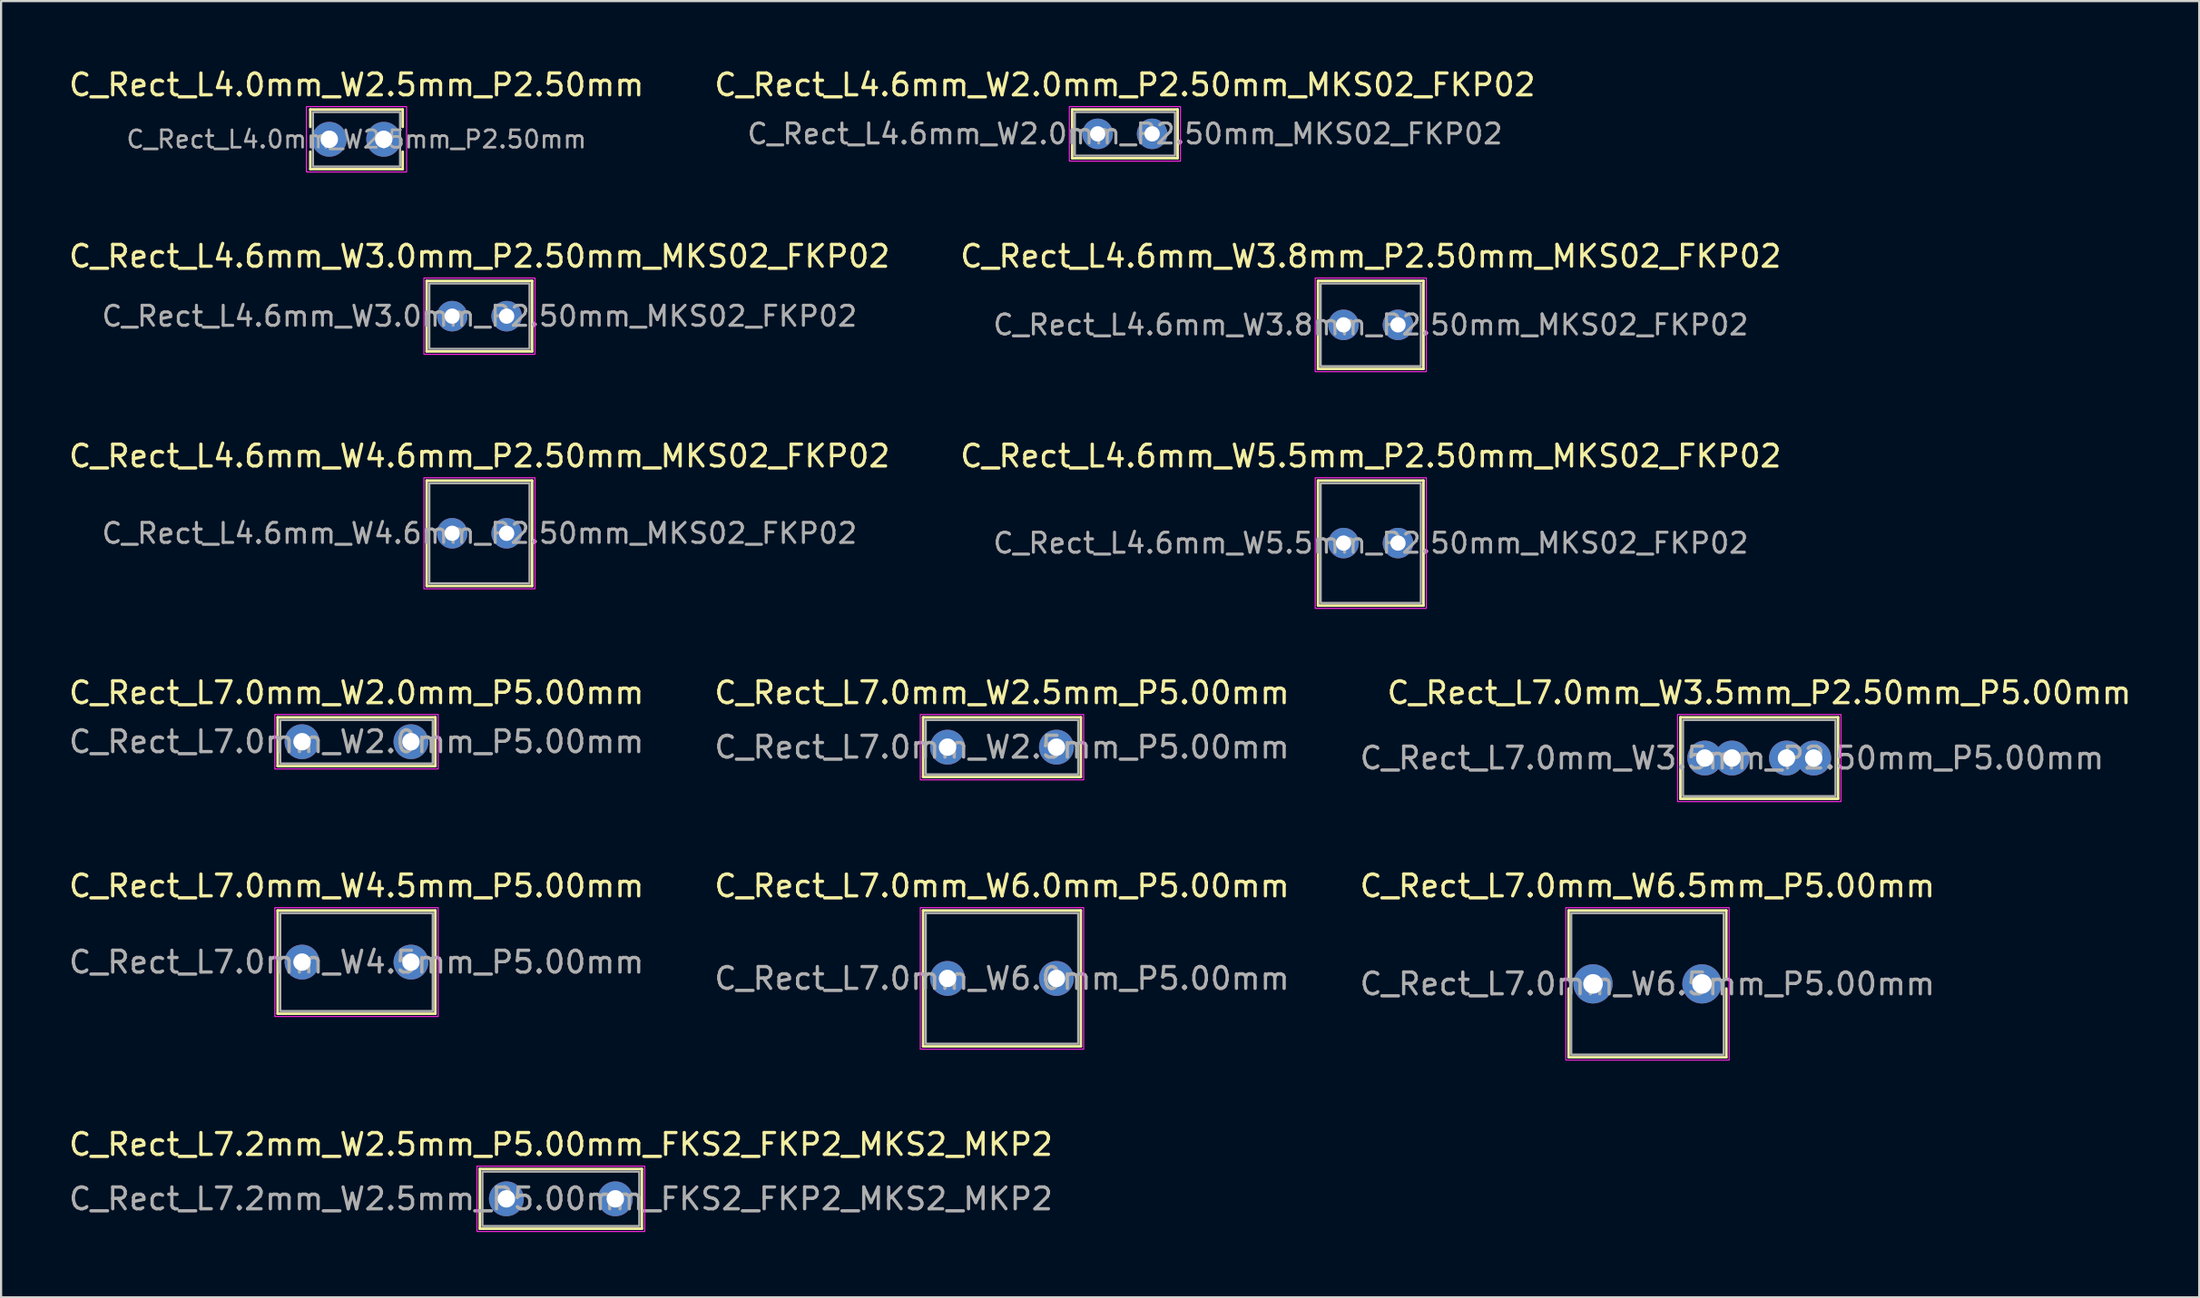
<source format=kicad_pcb>
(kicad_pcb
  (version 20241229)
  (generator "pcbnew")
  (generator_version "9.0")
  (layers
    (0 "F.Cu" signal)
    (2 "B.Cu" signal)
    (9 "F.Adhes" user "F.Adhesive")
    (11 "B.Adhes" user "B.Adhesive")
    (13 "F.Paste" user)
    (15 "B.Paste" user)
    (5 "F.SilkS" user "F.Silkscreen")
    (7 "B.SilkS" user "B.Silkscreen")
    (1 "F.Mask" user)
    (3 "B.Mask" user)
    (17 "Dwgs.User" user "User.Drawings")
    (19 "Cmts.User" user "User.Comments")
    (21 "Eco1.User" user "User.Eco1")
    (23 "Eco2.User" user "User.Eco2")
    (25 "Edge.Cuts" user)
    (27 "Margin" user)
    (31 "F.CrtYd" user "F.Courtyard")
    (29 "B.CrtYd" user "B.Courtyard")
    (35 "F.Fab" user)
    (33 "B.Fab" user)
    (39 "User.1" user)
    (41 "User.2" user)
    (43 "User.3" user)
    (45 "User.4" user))
  (footprint "C_Rect_L4.6mm_W3.8mm_P2.50mm_MKS02_FKP02"
    (layer "F.Cu")
    (at 58.625 11.871)
    (property "Reference" "C_Rect_L4.6mm_W3.8mm_P2.50mm_MKS02_FKP02" (at 1.25 -3.15 0) (layer "F.SilkS") (effects (font (size 1 1) (thickness 0.15))))
    (attr through_hole)
    (fp_line (start -1.17 -2.02) (end -1.17 2.02) (stroke (width 0.12) (type solid)) (layer "F.SilkS"))
    (fp_line (start -1.17 -2.02) (end 3.67 -2.02) (stroke (width 0.12) (type solid)) (layer "F.SilkS"))
    (fp_line (start -1.17 2.02) (end 3.67 2.02) (stroke (width 0.12) (type solid)) (layer "F.SilkS"))
    (fp_line (start 3.67 -2.02) (end 3.67 2.02) (stroke (width 0.12) (type solid)) (layer "F.SilkS"))
    (fp_rect (start -1.3 -2.15) (end 3.8 2.15) (stroke (width 0.05) (type solid)) (fill no) (layer "F.CrtYd"))
    (fp_rect (start -1.05 -1.9) (end 3.55 1.9) (stroke (width 0.1) (type solid)) (fill no) (layer "F.Fab"))
    (fp_text user "${REFERENCE}" (at 1.25 0 0) (layer "F.Fab") (effects (font (size 0.92 0.92) (thickness 0.138))))
    (pad "1" thru_hole circle (at 0 0) (size 1.4 1.4) (drill 0.7) (layers "*.Cu" "*.Mask"))
    (pad "2" thru_hole circle (at 2.5 0) (size 1.4 1.4) (drill 0.7) (layers "*.Cu" "*.Mask")))
  (footprint "C_Rect_L7.2mm_W2.5mm_P5.00mm_FKS2_FKP2_MKS2_MKP2"
    (layer "F.Cu")
    (at 20.196 52.014)
    (property "Reference" "C_Rect_L7.2mm_W2.5mm_P5.00mm_FKS2_FKP2_MKS2_MKP2" (at 2.5 -2.5 0) (layer "F.SilkS") (effects (font (size 1 1) (thickness 0.15))))
    (attr through_hole)
    (fp_line (start -1.22 -1.37) (end -1.22 1.37) (stroke (width 0.12) (type solid)) (layer "F.SilkS"))
    (fp_line (start -1.22 -1.37) (end 6.22 -1.37) (stroke (width 0.12) (type solid)) (layer "F.SilkS"))
    (fp_line (start -1.22 1.37) (end 6.22 1.37) (stroke (width 0.12) (type solid)) (layer "F.SilkS"))
    (fp_line (start 6.22 -1.37) (end 6.22 1.37) (stroke (width 0.12) (type solid)) (layer "F.SilkS"))
    (fp_rect (start -1.35 -1.5) (end 6.35 1.5) (stroke (width 0.05) (type solid)) (fill no) (layer "F.CrtYd"))
    (fp_rect (start -1.1 -1.25) (end 6.1 1.25) (stroke (width 0.1) (type solid)) (fill no) (layer "F.Fab"))
    (fp_text user "${REFERENCE}" (at 2.5 0 0) (layer "F.Fab") (effects (font (size 1 1) (thickness 0.15))))
    (pad "1" thru_hole circle (at 0 0) (size 1.6 1.6) (drill 0.8) (layers "*.Cu" "*.Mask"))
    (pad "2" thru_hole circle (at 5 0) (size 1.6 1.6) (drill 0.8) (layers "*.Cu" "*.Mask")))
  (footprint "C_Rect_L4.6mm_W2.0mm_P2.50mm_MKS02_FKP02"
    (layer "F.Cu")
    (at 47.339 3.098)
    (property "Reference" "C_Rect_L4.6mm_W2.0mm_P2.50mm_MKS02_FKP02" (at 1.25 -2.25 0) (layer "F.SilkS") (effects (font (size 1 1) (thickness 0.15))))
    (attr through_hole)
    (fp_line (start -1.17 -1.12) (end -1.17 1.12) (stroke (width 0.12) (type solid)) (layer "F.SilkS"))
    (fp_line (start -1.17 -1.12) (end 3.67 -1.12) (stroke (width 0.12) (type solid)) (layer "F.SilkS"))
    (fp_line (start -1.17 1.12) (end 3.67 1.12) (stroke (width 0.12) (type solid)) (layer "F.SilkS"))
    (fp_line (start 3.67 -1.12) (end 3.67 1.12) (stroke (width 0.12) (type solid)) (layer "F.SilkS"))
    (fp_rect (start -1.3 -1.25) (end 3.8 1.25) (stroke (width 0.05) (type solid)) (fill no) (layer "F.CrtYd"))
    (fp_rect (start -1.05 -1) (end 3.55 1) (stroke (width 0.1) (type solid)) (fill no) (layer "F.Fab"))
    (fp_text user "${REFERENCE}" (at 1.25 0 0) (layer "F.Fab") (effects (font (size 0.92 0.92) (thickness 0.138))))
    (pad "1" thru_hole circle (at 0 0) (size 1.4 1.4) (drill 0.7) (layers "*.Cu" "*.Mask"))
    (pad "2" thru_hole circle (at 2.5 0) (size 1.4 1.4) (drill 0.7) (layers "*.Cu" "*.Mask")))
  (footprint "C_Rect_L7.0mm_W2.0mm_P5.00mm"
    (layer "F.Cu")
    (at 10.815 31.018)
    (property "Reference" "C_Rect_L7.0mm_W2.0mm_P5.00mm" (at 2.5 -2.25 0) (layer "F.SilkS") (effects (font (size 1 1) (thickness 0.15))))
    (attr through_hole)
    (fp_line (start -1.12 -1.12) (end -1.12 1.12) (stroke (width 0.12) (type solid)) (layer "F.SilkS"))
    (fp_line (start -1.12 -1.12) (end 6.12 -1.12) (stroke (width 0.12) (type solid)) (layer "F.SilkS"))
    (fp_line (start -1.12 1.12) (end 6.12 1.12) (stroke (width 0.12) (type solid)) (layer "F.SilkS"))
    (fp_line (start 6.12 -1.12) (end 6.12 1.12) (stroke (width 0.12) (type solid)) (layer "F.SilkS"))
    (fp_rect (start -1.25 -1.25) (end 6.25 1.25) (stroke (width 0.05) (type solid)) (fill no) (layer "F.CrtYd"))
    (fp_rect (start -1 -1) (end 6 1) (stroke (width 0.1) (type solid)) (fill no) (layer "F.Fab"))
    (fp_text user "${REFERENCE}" (at 2.5 0 0) (layer "F.Fab") (effects (font (size 1 1) (thickness 0.15))))
    (pad "1" thru_hole circle (at 0 0) (size 1.6 1.6) (drill 0.8) (layers "*.Cu" "*.Mask"))
    (pad "2" thru_hole circle (at 5 0) (size 1.6 1.6) (drill 0.8) (layers "*.Cu" "*.Mask")))
  (footprint "C_Rect_L4.0mm_W2.5mm_P2.50mm"
    (layer "F.Cu")
    (at 12.065 3.348)
    (property "Reference" "C_Rect_L4.0mm_W2.5mm_P2.50mm" (at 1.25 -2.5 0) (layer "F.SilkS") (effects (font (size 1 1) (thickness 0.15))))
    (attr through_hole)
    (fp_line (start -0.87 -1.37) (end -0.87 -0.57) (stroke (width 0.12) (type solid)) (layer "F.SilkS"))
    (fp_line (start -0.87 -1.37) (end 3.37 -1.37) (stroke (width 0.12) (type solid)) (layer "F.SilkS"))
    (fp_line (start -0.87 0.57) (end -0.87 1.37) (stroke (width 0.12) (type solid)) (layer "F.SilkS"))
    (fp_line (start -0.87 1.37) (end 3.37 1.37) (stroke (width 0.12) (type solid)) (layer "F.SilkS"))
    (fp_line (start 3.37 -1.37) (end 3.37 -0.57) (stroke (width 0.12) (type solid)) (layer "F.SilkS"))
    (fp_line (start 3.37 0.57) (end 3.37 1.37) (stroke (width 0.12) (type solid)) (layer "F.SilkS"))
    (fp_rect (start -1.05 -1.5) (end 3.55 1.5) (stroke (width 0.05) (type solid)) (fill no) (layer "F.CrtYd"))
    (fp_rect (start -0.75 -1.25) (end 3.25 1.25) (stroke (width 0.1) (type solid)) (fill no) (layer "F.Fab"))
    (fp_text user "${REFERENCE}" (at 1.25 0 0) (layer "F.Fab") (effects (font (size 0.8 0.8) (thickness 0.12))))
    (pad "1" thru_hole circle (at 0 0) (size 1.6 1.6) (drill 0.8) (layers "*.Cu" "*.Mask"))
    (pad "2" thru_hole circle (at 2.5 0) (size 1.6 1.6) (drill 0.8) (layers "*.Cu" "*.Mask")))
  (footprint "C_Rect_L7.0mm_W2.5mm_P5.00mm"
    (layer "F.Cu")
    (at 40.446 31.268)
    (property "Reference" "C_Rect_L7.0mm_W2.5mm_P5.00mm" (at 2.5 -2.5 0) (layer "F.SilkS") (effects (font (size 1 1) (thickness 0.15))))
    (attr through_hole)
    (fp_line (start -1.12 -1.37) (end -1.12 1.37) (stroke (width 0.12) (type solid)) (layer "F.SilkS"))
    (fp_line (start -1.12 -1.37) (end 6.12 -1.37) (stroke (width 0.12) (type solid)) (layer "F.SilkS"))
    (fp_line (start -1.12 1.37) (end 6.12 1.37) (stroke (width 0.12) (type solid)) (layer "F.SilkS"))
    (fp_line (start 6.12 -1.37) (end 6.12 1.37) (stroke (width 0.12) (type solid)) (layer "F.SilkS"))
    (fp_rect (start -1.25 -1.5) (end 6.25 1.5) (stroke (width 0.05) (type solid)) (fill no) (layer "F.CrtYd"))
    (fp_rect (start -1 -1.25) (end 6 1.25) (stroke (width 0.1) (type solid)) (fill no) (layer "F.Fab"))
    (fp_text user "${REFERENCE}" (at 2.5 0 0) (layer "F.Fab") (effects (font (size 1 1) (thickness 0.15))))
    (pad "1" thru_hole circle (at 0 0) (size 1.6 1.6) (drill 0.8) (layers "*.Cu" "*.Mask"))
    (pad "2" thru_hole circle (at 5 0) (size 1.6 1.6) (drill 0.8) (layers "*.Cu" "*.Mask")))
  (footprint "C_Rect_L7.0mm_W4.5mm_P5.00mm"
    (layer "F.Cu")
    (at 10.815 41.141)
    (property "Reference" "C_Rect_L7.0mm_W4.5mm_P5.00mm" (at 2.5 -3.5 0) (layer "F.SilkS") (effects (font (size 1 1) (thickness 0.15))))
    (attr through_hole)
    (fp_line (start -1.12 -2.37) (end -1.12 2.37) (stroke (width 0.12) (type solid)) (layer "F.SilkS"))
    (fp_line (start -1.12 -2.37) (end 6.12 -2.37) (stroke (width 0.12) (type solid)) (layer "F.SilkS"))
    (fp_line (start -1.12 2.37) (end 6.12 2.37) (stroke (width 0.12) (type solid)) (layer "F.SilkS"))
    (fp_line (start 6.12 -2.37) (end 6.12 2.37) (stroke (width 0.12) (type solid)) (layer "F.SilkS"))
    (fp_rect (start -1.25 -2.5) (end 6.25 2.5) (stroke (width 0.05) (type solid)) (fill no) (layer "F.CrtYd"))
    (fp_rect (start -1 -2.25) (end 6 2.25) (stroke (width 0.1) (type solid)) (fill no) (layer "F.Fab"))
    (fp_text user "${REFERENCE}" (at 2.5 0 0) (layer "F.Fab") (effects (font (size 1 1) (thickness 0.15))))
    (pad "1" thru_hole circle (at 0 0) (size 1.6 1.6) (drill 0.8) (layers "*.Cu" "*.Mask"))
    (pad "2" thru_hole circle (at 5 0) (size 1.6 1.6) (drill 0.8) (layers "*.Cu" "*.Mask")))
  (footprint "C_Rect_L4.6mm_W5.5mm_P2.50mm_MKS02_FKP02"
    (layer "F.Cu")
    (at 58.625 21.895)
    (property "Reference" "C_Rect_L4.6mm_W5.5mm_P2.50mm_MKS02_FKP02" (at 1.25 -4 0) (layer "F.SilkS") (effects (font (size 1 1) (thickness 0.15))))
    (attr through_hole)
    (fp_line (start -1.17 -2.87) (end -1.17 2.87) (stroke (width 0.12) (type solid)) (layer "F.SilkS"))
    (fp_line (start -1.17 -2.87) (end 3.67 -2.87) (stroke (width 0.12) (type solid)) (layer "F.SilkS"))
    (fp_line (start -1.17 2.87) (end 3.67 2.87) (stroke (width 0.12) (type solid)) (layer "F.SilkS"))
    (fp_line (start 3.67 -2.87) (end 3.67 2.87) (stroke (width 0.12) (type solid)) (layer "F.SilkS"))
    (fp_rect (start -1.3 -3) (end 3.8 3) (stroke (width 0.05) (type solid)) (fill no) (layer "F.CrtYd"))
    (fp_rect (start -1.05 -2.75) (end 3.55 2.75) (stroke (width 0.1) (type solid)) (fill no) (layer "F.Fab"))
    (fp_text user "${REFERENCE}" (at 1.25 0 0) (layer "F.Fab") (effects (font (size 0.92 0.92) (thickness 0.138))))
    (pad "1" thru_hole circle (at 0 0) (size 1.4 1.4) (drill 0.7) (layers "*.Cu" "*.Mask"))
    (pad "2" thru_hole circle (at 2.5 0) (size 1.4 1.4) (drill 0.7) (layers "*.Cu" "*.Mask")))
  (footprint "C_Rect_L7.0mm_W6.5mm_P5.00mm"
    (layer "F.Cu")
    (at 70.077 42.141)
    (property "Reference" "C_Rect_L7.0mm_W6.5mm_P5.00mm" (at 2.5 -4.5 0) (layer "F.SilkS") (effects (font (size 1 1) (thickness 0.15))))
    (attr through_hole)
    (fp_line (start -1.12 -3.37) (end -1.12 -0.213) (stroke (width 0.12) (type solid)) (layer "F.SilkS"))
    (fp_line (start -1.12 -3.37) (end 6.12 -3.37) (stroke (width 0.12) (type solid)) (layer "F.SilkS"))
    (fp_line (start -1.12 0.213) (end -1.12 3.37) (stroke (width 0.12) (type solid)) (layer "F.SilkS"))
    (fp_line (start -1.12 3.37) (end 6.12 3.37) (stroke (width 0.12) (type solid)) (layer "F.SilkS"))
    (fp_line (start 6.12 -3.37) (end 6.12 -0.213) (stroke (width 0.12) (type solid)) (layer "F.SilkS"))
    (fp_line (start 6.12 0.213) (end 6.12 3.37) (stroke (width 0.12) (type solid)) (layer "F.SilkS"))
    (fp_rect (start -1.25 -3.5) (end 6.25 3.5) (stroke (width 0.05) (type solid)) (fill no) (layer "F.CrtYd"))
    (fp_rect (start -1 -3.25) (end 6 3.25) (stroke (width 0.1) (type solid)) (fill no) (layer "F.Fab"))
    (fp_text user "${REFERENCE}" (at 2.5 0 0) (layer "F.Fab") (effects (font (size 1 1) (thickness 0.15))))
    (pad "1" thru_hole circle (at 0 0) (size 1.8 1.8) (drill 0.9) (layers "*.Cu" "*.Mask"))
    (pad "2" thru_hole circle (at 5 0) (size 1.8 1.8) (drill 0.9) (layers "*.Cu" "*.Mask")))
  (footprint "C_Rect_L4.6mm_W4.6mm_P2.50mm_MKS02_FKP02"
    (layer "F.Cu")
    (at 17.708 21.445)
    (property "Reference" "C_Rect_L4.6mm_W4.6mm_P2.50mm_MKS02_FKP02" (at 1.25 -3.55 0) (layer "F.SilkS") (effects (font (size 1 1) (thickness 0.15))))
    (attr through_hole)
    (fp_line (start -1.17 -2.42) (end -1.17 2.42) (stroke (width 0.12) (type solid)) (layer "F.SilkS"))
    (fp_line (start -1.17 -2.42) (end 3.67 -2.42) (stroke (width 0.12) (type solid)) (layer "F.SilkS"))
    (fp_line (start -1.17 2.42) (end 3.67 2.42) (stroke (width 0.12) (type solid)) (layer "F.SilkS"))
    (fp_line (start 3.67 -2.42) (end 3.67 2.42) (stroke (width 0.12) (type solid)) (layer "F.SilkS"))
    (fp_rect (start -1.3 -2.55) (end 3.8 2.55) (stroke (width 0.05) (type solid)) (fill no) (layer "F.CrtYd"))
    (fp_rect (start -1.05 -2.3) (end 3.55 2.3) (stroke (width 0.1) (type solid)) (fill no) (layer "F.Fab"))
    (fp_text user "${REFERENCE}" (at 1.25 0 0) (layer "F.Fab") (effects (font (size 0.92 0.92) (thickness 0.138))))
    (pad "1" thru_hole circle (at 0 0) (size 1.4 1.4) (drill 0.7) (layers "*.Cu" "*.Mask"))
    (pad "2" thru_hole circle (at 2.5 0) (size 1.4 1.4) (drill 0.7) (layers "*.Cu" "*.Mask")))
  (footprint "C_Rect_L7.0mm_W6.0mm_P5.00mm"
    (layer "F.Cu")
    (at 40.446 41.891)
    (property "Reference" "C_Rect_L7.0mm_W6.0mm_P5.00mm" (at 2.5 -4.25 0) (layer "F.SilkS") (effects (font (size 1 1) (thickness 0.15))))
    (attr through_hole)
    (fp_line (start -1.12 -3.12) (end -1.12 3.12) (stroke (width 0.12) (type solid)) (layer "F.SilkS"))
    (fp_line (start -1.12 -3.12) (end 6.12 -3.12) (stroke (width 0.12) (type solid)) (layer "F.SilkS"))
    (fp_line (start -1.12 3.12) (end 6.12 3.12) (stroke (width 0.12) (type solid)) (layer "F.SilkS"))
    (fp_line (start 6.12 -3.12) (end 6.12 3.12) (stroke (width 0.12) (type solid)) (layer "F.SilkS"))
    (fp_rect (start -1.25 -3.25) (end 6.25 3.25) (stroke (width 0.05) (type solid)) (fill no) (layer "F.CrtYd"))
    (fp_rect (start -1 -3) (end 6 3) (stroke (width 0.1) (type solid)) (fill no) (layer "F.Fab"))
    (fp_text user "${REFERENCE}" (at 2.5 0 0) (layer "F.Fab") (effects (font (size 1 1) (thickness 0.15))))
    (pad "1" thru_hole circle (at 0 0) (size 1.6 1.6) (drill 0.8) (layers "*.Cu" "*.Mask"))
    (pad "2" thru_hole circle (at 5 0) (size 1.6 1.6) (drill 0.8) (layers "*.Cu" "*.Mask")))
  (footprint "C_Rect_L7.0mm_W3.5mm_P2.50mm_P5.00mm"
    (layer "F.Cu")
    (at 75.208 31.768)
    (property "Reference" "C_Rect_L7.0mm_W3.5mm_P2.50mm_P5.00mm" (at 2.5 -3 0) (layer "F.SilkS") (effects (font (size 1 1) (thickness 0.15))))
    (attr through_hole)
    (fp_line (start -1.12 -1.87) (end -1.12 1.87) (stroke (width 0.12) (type solid)) (layer "F.SilkS"))
    (fp_line (start -1.12 -1.87) (end 6.12 -1.87) (stroke (width 0.12) (type solid)) (layer "F.SilkS"))
    (fp_line (start -1.12 1.87) (end 6.12 1.87) (stroke (width 0.12) (type solid)) (layer "F.SilkS"))
    (fp_line (start 6.12 -1.87) (end 6.12 1.87) (stroke (width 0.12) (type solid)) (layer "F.SilkS"))
    (fp_rect (start -1.25 -2) (end 6.25 2) (stroke (width 0.05) (type solid)) (fill no) (layer "F.CrtYd"))
    (fp_rect (start -1 -1.75) (end 6 1.75) (stroke (width 0.1) (type solid)) (fill no) (layer "F.Fab"))
    (fp_text user "${REFERENCE}" (at 1.25 0 0) (layer "F.Fab") (effects (font (size 1 1) (thickness 0.15))))
    (pad "1" thru_hole circle (at 0 0) (size 1.6 1.6) (drill 0.8) (layers "*.Cu" "*.Mask"))
    (pad "1" thru_hole circle (at 1.25 0) (size 1.6 1.6) (drill 0.8) (layers "*.Cu" "*.Mask"))
    (pad "2" thru_hole circle (at 3.75 0) (size 1.6 1.6) (drill 0.8) (layers "*.Cu" "*.Mask"))
    (pad "2" thru_hole circle (at 5 0) (size 1.6 1.6) (drill 0.8) (layers "*.Cu" "*.Mask")))
  (footprint "C_Rect_L4.6mm_W3.0mm_P2.50mm_MKS02_FKP02"
    (layer "F.Cu")
    (at 17.708 11.472)
    (property "Reference" "C_Rect_L4.6mm_W3.0mm_P2.50mm_MKS02_FKP02" (at 1.25 -2.75 0) (layer "F.SilkS") (effects (font (size 1 1) (thickness 0.15))))
    (attr through_hole)
    (fp_line (start -1.17 -1.62) (end -1.17 1.62) (stroke (width 0.12) (type solid)) (layer "F.SilkS"))
    (fp_line (start -1.17 -1.62) (end 3.67 -1.62) (stroke (width 0.12) (type solid)) (layer "F.SilkS"))
    (fp_line (start -1.17 1.62) (end 3.67 1.62) (stroke (width 0.12) (type solid)) (layer "F.SilkS"))
    (fp_line (start 3.67 -1.62) (end 3.67 1.62) (stroke (width 0.12) (type solid)) (layer "F.SilkS"))
    (fp_rect (start -1.3 -1.75) (end 3.8 1.75) (stroke (width 0.05) (type solid)) (fill no) (layer "F.CrtYd"))
    (fp_rect (start -1.05 -1.5) (end 3.55 1.5) (stroke (width 0.1) (type solid)) (fill no) (layer "F.Fab"))
    (fp_text user "${REFERENCE}" (at 1.25 0 0) (layer "F.Fab") (effects (font (size 0.92 0.92) (thickness 0.138))))
    (pad "1" thru_hole circle (at 0 0) (size 1.4 1.4) (drill 0.7) (layers "*.Cu" "*.Mask"))
    (pad "2" thru_hole circle (at 2.5 0) (size 1.4 1.4) (drill 0.7) (layers "*.Cu" "*.Mask")))
  (gr_rect
    (start -3 -3)
    (end 97.905 56.539)
    (stroke (width 0.1) (type default))
    (fill no)
    (layer "Edge.Cuts")))
</source>
